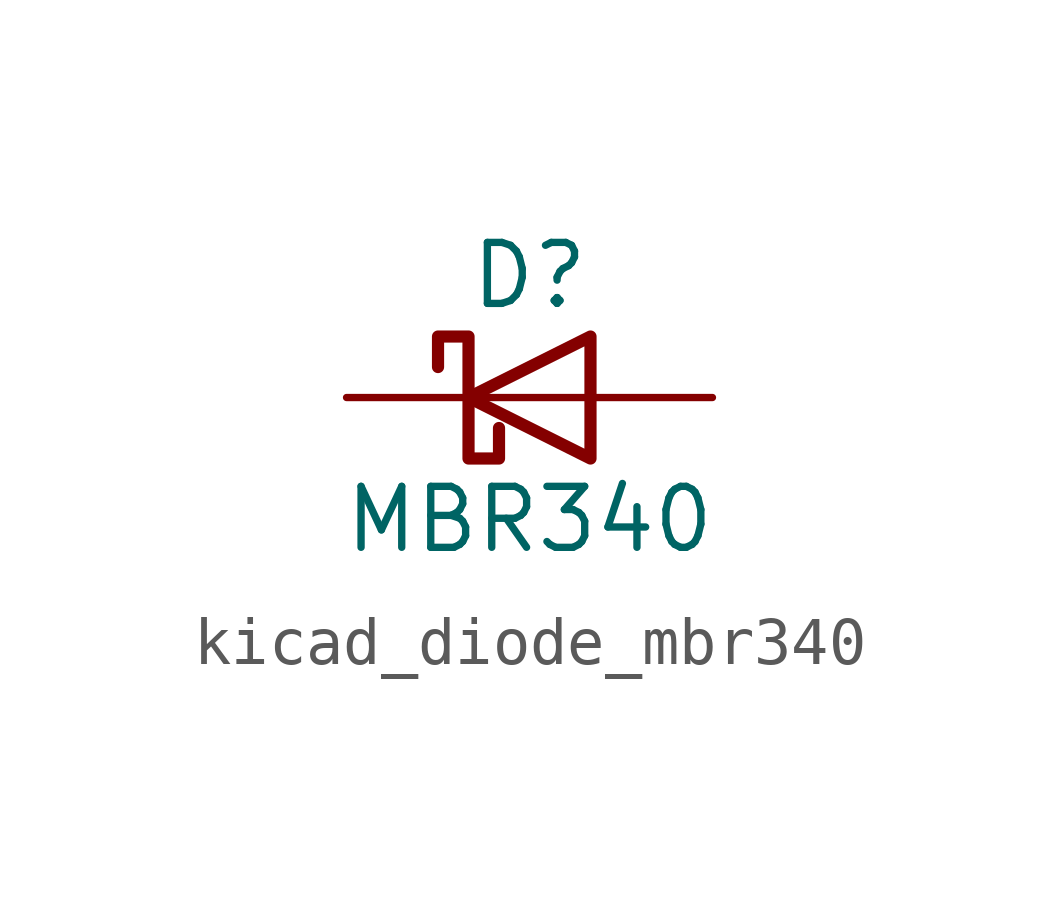
<source format=kicad_sym>
(kicad_symbol_lib
  (version 20220914)
  (generator kicad_symbol_editor)
  (symbol "kicad_diode_mbr340"
    (pin_numbers hide)
    (pin_names
      (offset 1.016) hide)
    (property "Reference" "D"
      (at 0 2.54 0)
      (effects (font (size 1.27 1.27))))
    (property "Value" "MBR340"
      (at 0 -2.54 0)
      (effects (font (size 1.27 1.27))))
    (symbol "kicad_diode_mbr340_0_1"
      (polyline (pts (xy 1.27 0) (xy -1.27 0)) (stroke (width 0) (type default)) (fill (type none)))
      (polyline (pts (xy 1.27 1.27) (xy 1.27 -1.27) (xy -1.27 0) (xy 1.27 1.27)) (stroke (width 0.254) (type default)) (fill (type none)))
      (polyline (pts (xy -1.905 0.635) (xy -1.905 1.27) (xy -1.27 1.27) (xy -1.27 -1.27) (xy -0.635 -1.27) (xy -0.635 -0.635)) (stroke (width 0.254) (type default)) (fill (type none))))
    (symbol "kicad_diode_mbr340_1_1"
      (pin passive line (at -3.81 0 0) (length 2.54) (name "K" (effects (font (size 1.27 1.27)))) (number "1" (effects (font (size 1.27 1.27)))))
      (pin passive line (at 3.81 0 180) (length 2.54) (name "A" (effects (font (size 1.27 1.27)))) (number "2" (effects (font (size 1.27 1.27))))))))
</source>
